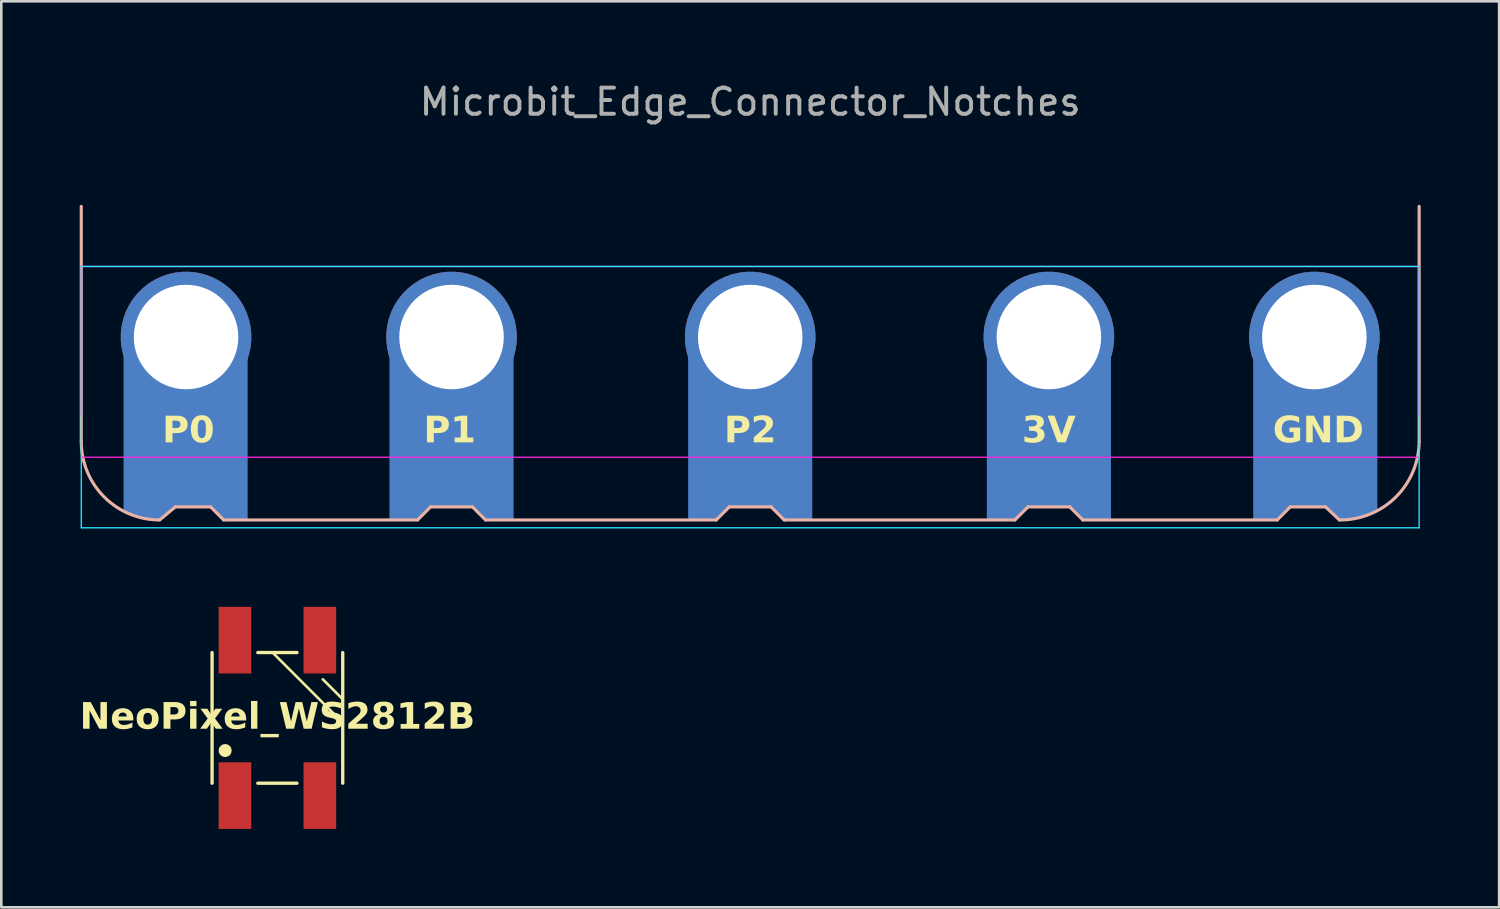
<source format=kicad_pcb>
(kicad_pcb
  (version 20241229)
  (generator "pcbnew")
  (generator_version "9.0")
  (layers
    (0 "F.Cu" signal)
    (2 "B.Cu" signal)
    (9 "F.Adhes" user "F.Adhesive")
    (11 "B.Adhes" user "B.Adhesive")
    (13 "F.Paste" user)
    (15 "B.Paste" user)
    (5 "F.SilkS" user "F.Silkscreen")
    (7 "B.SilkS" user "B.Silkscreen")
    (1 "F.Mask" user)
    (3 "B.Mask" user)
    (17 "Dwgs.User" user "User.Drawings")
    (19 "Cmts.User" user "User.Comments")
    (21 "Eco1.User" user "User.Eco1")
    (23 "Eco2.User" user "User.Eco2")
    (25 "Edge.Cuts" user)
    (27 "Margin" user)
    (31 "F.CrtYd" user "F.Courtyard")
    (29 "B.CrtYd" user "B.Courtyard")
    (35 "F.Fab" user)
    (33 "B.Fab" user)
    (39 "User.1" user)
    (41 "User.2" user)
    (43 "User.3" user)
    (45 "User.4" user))
  (footprint "NeoPixel_WS2812B"
    (layer "F.Cu")
    (at 7.566 24.423)
    (property "Reference" "NeoPixel_WS2812B" (at 0 0 0) (layer "F.SilkS") (effects (font (face "Segoe UI This") (size 1 1) (thickness 0.2) (bold yes))))
    (attr smd)
    (fp_line (start -2.5 2.5) (end -2.5 -2.5) (stroke (width 0.127) (type solid)) (layer "F.SilkS"))
    (fp_line (start -0.75 -2.5) (end 0.75 -2.5) (stroke (width 0.127) (type solid)) (layer "F.SilkS"))
    (fp_line (start 0.75 2.5) (end -0.75 2.5) (stroke (width 0.127) (type solid)) (layer "F.SilkS"))
    (fp_line (start 2.469 0.153) (end -0.15 -2.466) (stroke (width 0.1) (type default)) (layer "F.SilkS"))
    (fp_line (start 2.488 -0.726) (end 1.738 -1.476) (stroke (width 0.1) (type default)) (layer "F.SilkS"))
    (fp_line (start 2.5 -2.5) (end 2.5 2.5) (stroke (width 0.127) (type solid)) (layer "F.SilkS"))
    (fp_poly (pts (xy -1.75 1.25) (xy -1.769 1.154) (xy -1.823 1.073) (xy -1.904 1.019) (xy -2 1) (xy -2.096 1.019) (xy -2.177 1.073) (xy -2.231 1.154) (xy -2.25 1.25) (xy -2.231 1.346) (xy -2.177 1.427) (xy -2.096 1.481) (xy -2 1.5) (xy -1.904 1.481) (xy -1.823 1.427) (xy -1.769 1.346) (xy -1.75 1.25)) (stroke (width 0) (type solid)) (fill yes) (layer "F.SilkS"))
    (pad "1" smd rect (at -1.625 2.975 90) (size 2.55 1.25) (layers "F.Cu" "F.Mask" "F.Paste"))
    (pad "2" smd rect (at 1.625 2.975 90) (size 2.55 1.25) (layers "F.Cu" "F.Mask" "F.Paste"))
    (pad "3" smd rect (at 1.625 -2.975 90) (size 2.55 1.25) (layers "F.Cu" "F.Mask" "F.Paste"))
    (pad "4" smd rect (at -1.625 -2.975 90) (size 2.55 1.25) (layers "F.Cu" "F.Mask" "F.Paste")))
  (footprint "Microbit_Edge_Connector_Notches"
    (layer "F.Cu")
    (at 25.66 9.848)
    (property "Reference" "Microbit_Edge_Connector_Notches" (at 0 -9 0) (unlocked yes) (layer "F.Fab") (effects (font (size 1 1) (thickness 0.15))))
    (fp_poly (pts (xy -13.805 0) (xy -13.805 7) (xy -12.73 7) (xy -12.23 6.5) (xy -10.63 6.5) (xy -10.13 7) (xy -9.055 7) (xy -9.055 0)) (stroke (width 0) (type solid)) (fill yes) (layer "B.Cu"))
    (fp_poly (pts (xy -2.375 0) (xy -2.375 7) (xy -1.3 7) (xy -0.8 6.5) (xy 0.8 6.5) (xy 1.3 7) (xy 2.375 7) (xy 2.375 0)) (stroke (width 0) (type solid)) (fill yes) (layer "B.Cu"))
    (fp_poly (pts (xy 9.055 0) (xy 9.055 7) (xy 10.13 7) (xy 10.63 6.5) (xy 12.23 6.5) (xy 12.73 7) (xy 13.805 7) (xy 13.805 0)) (stroke (width 0) (type solid)) (fill yes) (layer "B.Cu"))
    (fp_poly (pts (xy -20.15 7) (xy -19.232 7) (xy -19.232 0) (xy -23.982 0) (arc (start -23.981976 6.636264) (mid -23.28021 6.909853) (end -22.528678 6.999998)) (xy -22 6.5) (xy -20.65 6.5)) (stroke (width 0) (type solid)) (fill yes) (layer "B.Cu"))
    (fp_poly (pts (xy 20.168 7) (xy 19.25 7) (xy 19.25 0) (xy 24 0) (arc (start 24 6.636264) (mid 23.298234 6.909853) (end 22.546702 6.999998)) (xy 22.018 6.5) (xy 20.668 6.5)) (stroke (width 0) (type solid)) (fill yes) (layer "B.Cu"))
    (fp_poly (pts (xy -22 6.5) (xy -20.65 6.5) (xy -20.15 7) (xy -12.73 7) (xy -12.23 6.5) (xy -10.63 6.5) (xy -10.13 7) (xy -1.3 7) (xy -0.8 6.5) (xy 0.8 6.5) (xy 1.3 7) (xy 10.13 7) (xy 10.63 6.5) (xy 12.23 6.5) (xy 12.73 7) (xy 20.168 7) (xy 20.668 6.5) (xy 22.018 6.5) (xy 22.547 7) (xy 22.719 6.999) (xy 23.061 6.964) (xy 23.397 6.89) (xy 23.723 6.778) (xy 24.033 6.63) (xy 24.325 6.447) (xy 24.594 6.233) (xy 24.837 5.99) (xy 25.051 5.72) (xy 25.233 5.428) (xy 25.38 5.117) (xy 25.492 4.791) (xy 25.565 4.455) (xy 25.6 4.113) (xy 25.6 3.94) (xy 25.6 -5) (xy -25.55 -5) (xy -25.6 4) (xy -25.598 4.168) (xy -25.56 4.503) (xy -25.485 4.831) (xy -25.374 5.149) (xy -25.228 5.452) (xy -25.049 5.737) (xy -24.839 6.001) (xy -24.601 6.239) (xy -24.337 6.449) (xy -24.052 6.628) (xy -23.749 6.774) (xy -23.431 6.885) (xy -23.103 6.96) (xy -22.768 6.998) (xy -22.6 7) (xy -22 6.5)) (stroke (width 0) (type solid)) (fill yes) (layer "B.Mask"))
    (fp_line (start -25.6 4) (end -25.6 -5) (stroke (width 0.12) (type solid)) (layer "B.SilkS"))
    (fp_line (start -22.6 7) (end -22 6.5) (stroke (width 0.12) (type default)) (layer "B.SilkS"))
    (fp_line (start -20.65 6.5) (end -22 6.5) (stroke (width 0.12) (type default)) (layer "B.SilkS"))
    (fp_line (start -20.15 7) (end -20.65 6.5) (stroke (width 0.12) (type default)) (layer "B.SilkS"))
    (fp_line (start -12.73 7) (end -20.15 7) (stroke (width 0.12) (type default)) (layer "B.SilkS"))
    (fp_line (start -12.23 6.5) (end -12.73 7) (stroke (width 0.12) (type default)) (layer "B.SilkS"))
    (fp_line (start -10.63 6.5) (end -12.23 6.5) (stroke (width 0.12) (type default)) (layer "B.SilkS"))
    (fp_line (start -10.13 7) (end -10.63 6.5) (stroke (width 0.12) (type default)) (layer "B.SilkS"))
    (fp_line (start -1.3 7) (end -10.13 7) (stroke (width 0.12) (type default)) (layer "B.SilkS"))
    (fp_line (start -0.8 6.5) (end -1.3 7) (stroke (width 0.12) (type default)) (layer "B.SilkS"))
    (fp_line (start 0.8 6.5) (end -0.8 6.5) (stroke (width 0.12) (type default)) (layer "B.SilkS"))
    (fp_line (start 1.3 7) (end 0.8 6.5) (stroke (width 0.12) (type default)) (layer "B.SilkS"))
    (fp_line (start 10.13 7) (end 1.3 7) (stroke (width 0.12) (type default)) (layer "B.SilkS"))
    (fp_line (start 10.63 6.5) (end 10.13 7) (stroke (width 0.12) (type default)) (layer "B.SilkS"))
    (fp_line (start 12.23 6.5) (end 10.63 6.5) (stroke (width 0.12) (type default)) (layer "B.SilkS"))
    (fp_line (start 12.73 7) (end 12.23 6.5) (stroke (width 0.12) (type default)) (layer "B.SilkS"))
    (fp_line (start 20.168 7) (end 12.73 7) (stroke (width 0.12) (type default)) (layer "B.SilkS"))
    (fp_line (start 20.668 6.5) (end 20.168 7) (stroke (width 0.12) (type default)) (layer "B.SilkS"))
    (fp_line (start 22.018 6.5) (end 20.668 6.5) (stroke (width 0.12) (type default)) (layer "B.SilkS"))
    (fp_line (start 22.547 7) (end 22.018 6.5) (stroke (width 0.12) (type default)) (layer "B.SilkS"))
    (fp_line (start 25.6 4) (end 25.6 -5) (stroke (width 0.12) (type solid)) (layer "B.SilkS"))
    (fp_arc (start -22.6 7) (mid -24.72132 6.12132) (end -25.6 4) (stroke (width 0.12) (type solid)) (layer "B.SilkS"))
    (fp_arc (start 25.600166 4.000001) (mid 24.696296 6.133963) (end 22.546702 6.999998) (stroke (width 0.12) (type solid)) (layer "B.SilkS"))
    (fp_line (start -25.6 -2.7) (end -25.6 7.3) (stroke (width 0.05) (type default)) (layer "B.CrtYd"))
    (fp_line (start 25.6 -2.7) (end -25.6 -2.7) (stroke (width 0.05) (type default)) (layer "B.CrtYd"))
    (fp_line (start 25.6 -2.7) (end 25.6 7.3) (stroke (width 0.05) (type default)) (layer "B.CrtYd"))
    (fp_line (start 25.6 7.3) (end -25.6 7.3) (stroke (width 0.05) (type default)) (layer "B.CrtYd"))
    (fp_line (start -25.6 -2.7) (end -25.6 3) (stroke (width 0.05) (type default)) (layer "F.CrtYd"))
    (fp_line (start 25.6 -2.7) (end -25.6 -2.7) (stroke (width 0.05) (type default)) (layer "F.CrtYd"))
    (fp_line (start 25.6 -2.7) (end 25.6 3) (stroke (width 0.05) (type default)) (layer "F.CrtYd"))
    (fp_line (start 25.6 4.6) (end -25.6 4.6) (stroke (width 0.05) (type default)) (layer "F.CrtYd"))
    (fp_text user "P1" (at -12.5 4.2 0) (unlocked yes) (layer "F.SilkS") (effects (font (face "Arial Black") (size 1 1) (thickness 0.1)) (justify left bottom)))
    (fp_text user "3V" (at 10.4 4.2 0) (unlocked yes) (layer "F.SilkS") (effects (font (face "Arial Black") (size 1 1) (thickness 0.1)) (justify left bottom)))
    (fp_text user "P2" (at -1 4.2 0) (unlocked yes) (layer "F.SilkS") (effects (font (face "Arial Black") (size 1 1) (thickness 0.1)) (justify left bottom)))
    (fp_text user "GND" (at 20 4.2 0) (unlocked yes) (layer "F.SilkS") (effects (font (face "Arial Black") (size 1 1) (thickness 0.1)) (justify left bottom)))
    (fp_text user "P0" (at -22.5 4.2 0) (unlocked yes) (layer "F.SilkS") (effects (font (face "Arial Black") (size 1 1) (thickness 0.1)) (justify left bottom)))
    (pad "1" thru_hole custom (at -21.59 0) (size 5 5) (drill 4) (layers "*.Cu" "*.Mask") (remove_unused_layers yes) (keep_end_layers yes) (zone_layer_connections) (options (anchor circle)) (primitives))
    (pad "2" thru_hole custom (at -11.43 0) (size 5 5) (drill 4) (layers "*.Cu" "*.Mask") (options (anchor circle)) (primitives))
    (pad "3" thru_hole custom (at 0 0) (size 5 5) (drill 4) (layers "*.Cu" "*.Mask") (options (anchor circle)) (primitives))
    (pad "4" thru_hole custom (at 11.43 0) (size 5 5) (drill 4) (layers "*.Cu" "*.Mask") (options (anchor circle)) (primitives))
    (pad "5" thru_hole custom (at 21.59 0) (size 5 5) (drill 4) (layers "*.Cu" "*.Mask") (options (anchor circle)) (primitives)))
  (gr_rect
    (start -3 -3)
    (end 54.32 31.673)
    (stroke (width 0.1) (type default))
    (fill no)
    (layer "Edge.Cuts")))
</source>
